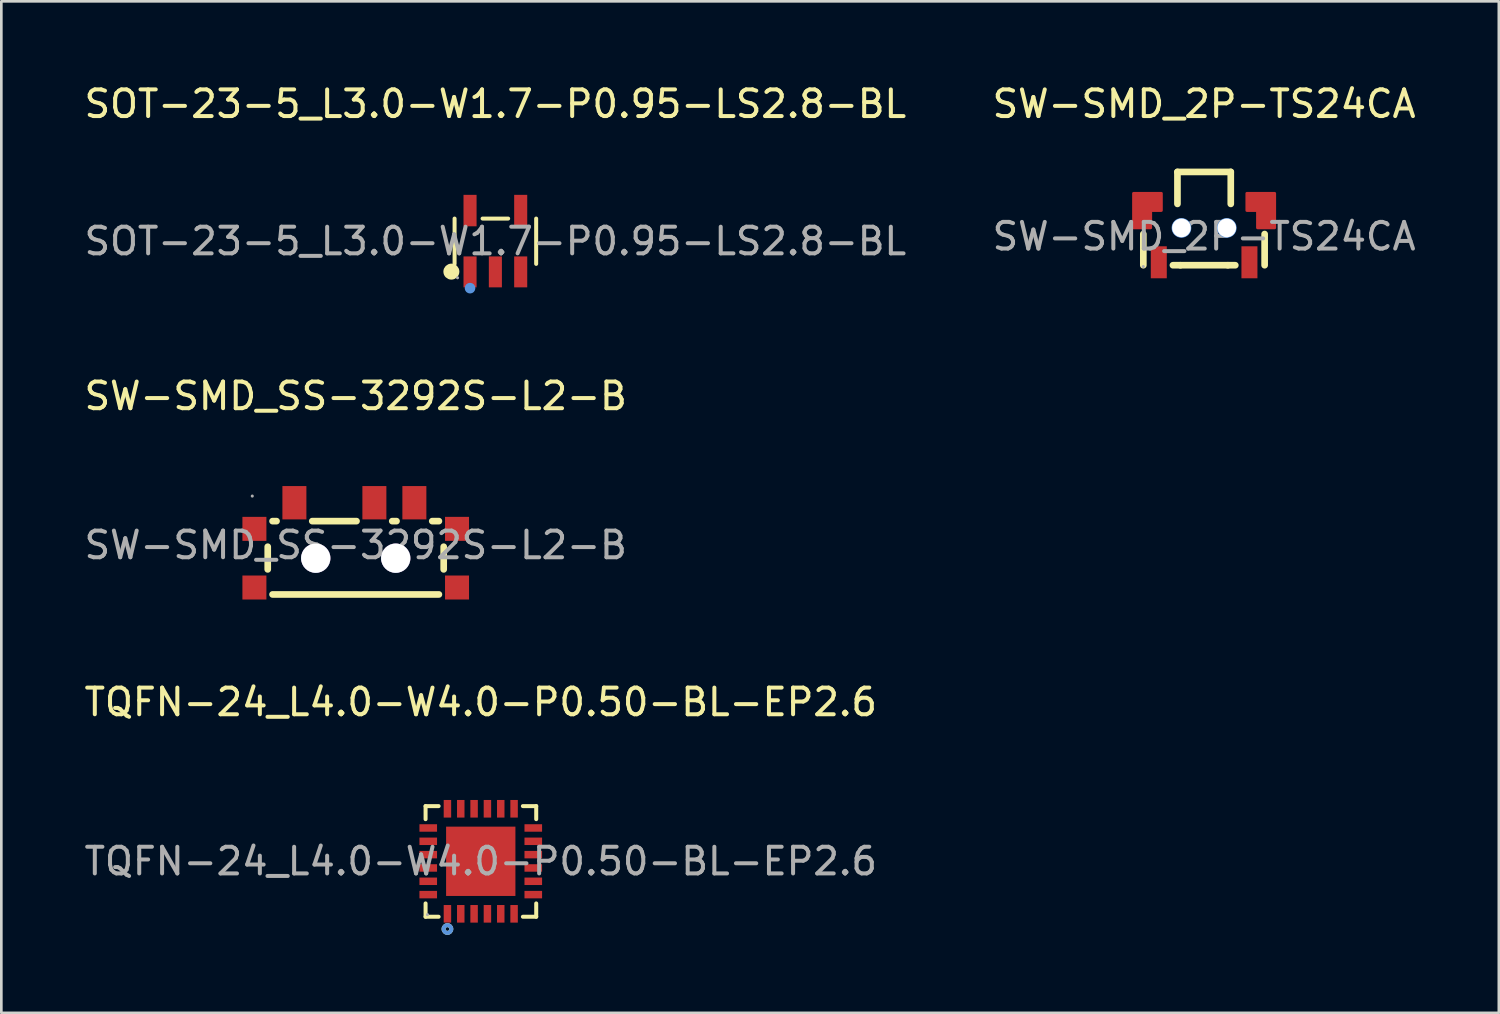
<source format=kicad_pcb>
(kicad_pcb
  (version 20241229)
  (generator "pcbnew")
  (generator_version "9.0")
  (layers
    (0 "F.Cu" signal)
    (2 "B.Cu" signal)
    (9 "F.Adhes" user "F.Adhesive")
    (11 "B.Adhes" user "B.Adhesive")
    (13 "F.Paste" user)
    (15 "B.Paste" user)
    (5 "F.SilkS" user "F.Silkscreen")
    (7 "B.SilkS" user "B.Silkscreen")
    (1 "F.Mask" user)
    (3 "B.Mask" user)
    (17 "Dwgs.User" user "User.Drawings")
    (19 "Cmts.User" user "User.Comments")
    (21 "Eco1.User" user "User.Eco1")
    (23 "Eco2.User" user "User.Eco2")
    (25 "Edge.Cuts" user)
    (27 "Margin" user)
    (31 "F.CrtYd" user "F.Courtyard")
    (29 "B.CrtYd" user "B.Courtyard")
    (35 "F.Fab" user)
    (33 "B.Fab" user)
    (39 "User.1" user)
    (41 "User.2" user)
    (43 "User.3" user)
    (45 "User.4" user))
  (footprint "SW-SMD_SS-3292S-L2-B"
    (layer "F.Cu")
    (at 10.292 17.396)
    (property "Reference" "SW-SMD_SS-3292S-L2-B" (at 0 -5.59 0) (layer "F.SilkS") (effects (font (size 1 1) (thickness 0.15))))
    (attr smd)
    (fp_line (start -3.3 0.06) (end -3.3 0.91) (stroke (width 0.25) (type solid)) (layer "F.SilkS"))
    (fp_line (start -3.12 1.85) (end 3.12 1.85) (stroke (width 0.25) (type solid)) (layer "F.SilkS"))
    (fp_line (start -2.97 -0.9) (end -3.12 -0.9) (stroke (width 0.25) (type solid)) (layer "F.SilkS"))
    (fp_line (start 0.03 -0.9) (end -1.63 -0.9) (stroke (width 0.25) (type solid)) (layer "F.SilkS"))
    (fp_line (start 1.53 -0.9) (end 1.37 -0.9) (stroke (width 0.25) (type solid)) (layer "F.SilkS"))
    (fp_line (start 3.12 -0.9) (end 2.87 -0.9) (stroke (width 0.25) (type solid)) (layer "F.SilkS"))
    (fp_line (start 3.3 0.91) (end 3.3 0.06) (stroke (width 0.25) (type solid)) (layer "F.SilkS"))
    (fp_circle (center -3.88 -1.84) (end -3.85 -1.84) (stroke (width 0.06) (type solid)) (fill no) (layer "F.Fab"))
    (fp_circle (center -1.5 0.49) (end -1.31 0.49) (stroke (width 0.38) (type solid)) (fill no) (layer "F.Fab"))
    (fp_circle (center 1.5 0.49) (end 1.69 0.49) (stroke (width 0.38) (type solid)) (fill no) (layer "F.Fab"))
    (fp_text user "${REFERENCE}" (at 0 0 0) (layer "F.Fab") (effects (font (size 1 1) (thickness 0.15))))
    (pad "" thru_hole circle (at -1.5 0.49) (size 1.1 1.1) (drill 1.1) (layers "*.Cu" "*.Mask"))
    (pad "" thru_hole circle (at 1.5 0.49) (size 1.1 1.1) (drill 1.1) (layers "*.Cu" "*.Mask"))
    (pad "1" smd rect (at -2.3 -1.59 180) (size 0.9 1.25) (layers "F.Cu" "F.Mask" "F.Paste"))
    (pad "2" smd rect (at 0.7 -1.59 180) (size 0.9 1.25) (layers "F.Cu" "F.Mask" "F.Paste"))
    (pad "3" smd rect (at 2.2 -1.59 180) (size 0.9 1.25) (layers "F.Cu" "F.Mask" "F.Paste"))
    (pad "EH" smd rect (at -3.8 -0.61 180) (size 0.9 0.9) (layers "F.Cu" "F.Mask" "F.Paste"))
    (pad "EH" smd rect (at -3.8 1.59 180) (size 0.9 0.9) (layers "F.Cu" "F.Mask" "F.Paste"))
    (pad "EH" smd rect (at 3.8 -0.61 180) (size 0.9 0.9) (layers "F.Cu" "F.Mask" "F.Paste"))
    (pad "EH" smd rect (at 3.8 1.59 180) (size 0.9 0.9) (layers "F.Cu" "F.Mask" "F.Paste")))
  (footprint "TQFN-24_L4.0-W4.0-P0.50-BL-EP2.6"
    (layer "F.Cu")
    (at 14.982 29.255)
    (property "Reference" "TQFN-24_L4.0-W4.0-P0.50-BL-EP2.6" (at 0 -5.97 0) (layer "F.SilkS") (effects (font (size 1 1) (thickness 0.15))))
    (attr smd)
    (fp_line (start -2.07 -2.07) (end -1.58 -2.07) (stroke (width 0.15) (type solid)) (layer "F.SilkS"))
    (fp_line (start -2.07 -1.58) (end -2.07 -2.07) (stroke (width 0.15) (type solid)) (layer "F.SilkS"))
    (fp_line (start -2.07 1.58) (end -2.07 2.08) (stroke (width 0.15) (type solid)) (layer "F.SilkS"))
    (fp_line (start -2.07 2.08) (end -1.58 2.08) (stroke (width 0.15) (type solid)) (layer "F.SilkS"))
    (fp_line (start 2.08 -2.07) (end 1.58 -2.07) (stroke (width 0.15) (type solid)) (layer "F.SilkS"))
    (fp_line (start 2.08 -1.58) (end 2.08 -2.07) (stroke (width 0.15) (type solid)) (layer "F.SilkS"))
    (fp_line (start 2.08 1.58) (end 2.08 2.08) (stroke (width 0.15) (type solid)) (layer "F.SilkS"))
    (fp_line (start 2.08 2.08) (end 1.58 2.08) (stroke (width 0.15) (type solid)) (layer "F.SilkS"))
    (fp_circle (center -1.25 2.54) (end -1.18 2.54) (stroke (width 0.15) (type solid)) (fill no) (layer "F.SilkS"))
    (fp_circle (center -1.25 2.54) (end -1.18 2.54) (stroke (width 0.15) (type solid)) (fill no) (layer "Cmts.User"))
    (fp_circle (center -2 2) (end -1.97 2) (stroke (width 0.06) (type solid)) (fill no) (layer "F.Fab"))
    (fp_text user "${REFERENCE}" (at 0 0 0) (layer "F.Fab") (effects (font (size 1 1) (thickness 0.15))))
    (pad "1" smd rect (at -1.25 1.97 90) (size 0.66 0.28) (layers "F.Cu" "F.Mask" "F.Paste"))
    (pad "2" smd rect (at -0.75 1.97 90) (size 0.66 0.28) (layers "F.Cu" "F.Mask" "F.Paste"))
    (pad "3" smd rect (at -0.25 1.97 90) (size 0.66 0.28) (layers "F.Cu" "F.Mask" "F.Paste"))
    (pad "4" smd rect (at 0.25 1.97 90) (size 0.66 0.28) (layers "F.Cu" "F.Mask" "F.Paste"))
    (pad "5" smd rect (at 0.75 1.97 90) (size 0.66 0.28) (layers "F.Cu" "F.Mask" "F.Paste"))
    (pad "6" smd rect (at 1.25 1.97 90) (size 0.66 0.28) (layers "F.Cu" "F.Mask" "F.Paste"))
    (pad "7" smd rect (at 1.97 1.25 90) (size 0.28 0.66) (layers "F.Cu" "F.Mask" "F.Paste"))
    (pad "8" smd rect (at 1.97 0.75 90) (size 0.28 0.66) (layers "F.Cu" "F.Mask" "F.Paste"))
    (pad "9" smd rect (at 1.97 0.25 90) (size 0.28 0.66) (layers "F.Cu" "F.Mask" "F.Paste"))
    (pad "10" smd rect (at 1.97 -0.25 90) (size 0.28 0.66) (layers "F.Cu" "F.Mask" "F.Paste"))
    (pad "11" smd rect (at 1.97 -0.75 90) (size 0.28 0.66) (layers "F.Cu" "F.Mask" "F.Paste"))
    (pad "12" smd rect (at 1.97 -1.25 90) (size 0.28 0.66) (layers "F.Cu" "F.Mask" "F.Paste"))
    (pad "13" smd rect (at 1.25 -1.97 90) (size 0.66 0.28) (layers "F.Cu" "F.Mask" "F.Paste"))
    (pad "14" smd rect (at 0.75 -1.97 90) (size 0.66 0.28) (layers "F.Cu" "F.Mask" "F.Paste"))
    (pad "15" smd rect (at 0.25 -1.97 90) (size 0.66 0.28) (layers "F.Cu" "F.Mask" "F.Paste"))
    (pad "16" smd rect (at -0.25 -1.97 90) (size 0.66 0.28) (layers "F.Cu" "F.Mask" "F.Paste"))
    (pad "17" smd rect (at -0.75 -1.97 90) (size 0.66 0.28) (layers "F.Cu" "F.Mask" "F.Paste"))
    (pad "18" smd rect (at -1.25 -1.97 90) (size 0.66 0.28) (layers "F.Cu" "F.Mask" "F.Paste"))
    (pad "19" smd rect (at -1.97 -1.25 90) (size 0.28 0.66) (layers "F.Cu" "F.Mask" "F.Paste"))
    (pad "20" smd rect (at -1.97 -0.75 90) (size 0.28 0.66) (layers "F.Cu" "F.Mask" "F.Paste"))
    (pad "21" smd rect (at -1.97 -0.25 90) (size 0.28 0.66) (layers "F.Cu" "F.Mask" "F.Paste"))
    (pad "22" smd rect (at -1.97 0.25 90) (size 0.28 0.66) (layers "F.Cu" "F.Mask" "F.Paste"))
    (pad "23" smd rect (at -1.97 0.75 90) (size 0.28 0.66) (layers "F.Cu" "F.Mask" "F.Paste"))
    (pad "24" smd rect (at -1.97 1.25 90) (size 0.28 0.66) (layers "F.Cu" "F.Mask" "F.Paste"))
    (pad "25" smd rect (at 0 0 90) (size 2.6 2.6) (layers "F.Cu" "F.Mask" "F.Paste")))
  (footprint "SOT-23-5_L3.0-W1.7-P0.95-LS2.8-BL"
    (layer "F.Cu")
    (at 15.53 5.998)
    (property "Reference" "SOT-23-5_L3.0-W1.7-P0.95-LS2.8-BL" (at 0 -5.15 0) (layer "F.SilkS") (effects (font (size 1 1) (thickness 0.15))))
    (attr smd)
    (fp_line (start -1.53 0.85) (end -1.53 -0.85) (stroke (width 0.15) (type solid)) (layer "F.SilkS"))
    (fp_line (start 0.48 -0.85) (end -0.48 -0.85) (stroke (width 0.15) (type solid)) (layer "F.SilkS"))
    (fp_line (start 1.53 0.85) (end 1.53 -0.85) (stroke (width 0.15) (type solid)) (layer "F.SilkS"))
    (fp_circle (center -1.65 1.14) (end -1.5 1.14) (stroke (width 0.3) (type solid)) (fill no) (layer "F.SilkS"))
    (fp_circle (center -0.95 1.76) (end -0.85 1.76) (stroke (width 0.2) (type solid)) (fill no) (layer "Cmts.User"))
    (fp_circle (center -1.42 1.37) (end -1.39 1.37) (stroke (width 0.06) (type solid)) (fill no) (layer "F.Fab"))
    (fp_text user "${REFERENCE}" (at 0 0 0) (layer "F.Fab") (effects (font (size 1 1) (thickness 0.15))))
    (pad "1" smd rect (at -0.95 1.15) (size 0.49 1.16) (layers "F.Cu" "F.Mask" "F.Paste"))
    (pad "2" smd rect (at 0 1.15) (size 0.49 1.16) (layers "F.Cu" "F.Mask" "F.Paste"))
    (pad "3" smd rect (at 0.95 1.15) (size 0.49 1.16) (layers "F.Cu" "F.Mask" "F.Paste"))
    (pad "4" smd rect (at 0.95 -1.15) (size 0.49 1.18) (layers "F.Cu" "F.Mask" "F.Paste"))
    (pad "5" smd rect (at -0.95 -1.15) (size 0.49 1.18) (layers "F.Cu" "F.Mask" "F.Paste")))
  (footprint "SW-SMD_2P-TS24CA"
    (layer "F.Cu")
    (at 42.113 5.818)
    (property "Reference" "SW-SMD_2P-TS24CA" (at 0 -4.97 0) (layer "F.SilkS") (effects (font (size 1 1) (thickness 0.15))))
    (attr smd)
    (fp_line (start -2.28 -0.09) (end -2.28 1.08) (stroke (width 0.25) (type solid)) (layer "F.SilkS"))
    (fp_line (start -1 -2.42) (end -1 -1.22) (stroke (width 0.25) (type solid)) (layer "F.SilkS"))
    (fp_line (start -1 -2.42) (end 1 -2.42) (stroke (width 0.25) (type solid)) (layer "F.SilkS"))
    (fp_line (start -0.89 1.08) (end -1.17 1.08) (stroke (width 0.25) (type solid)) (layer "F.SilkS"))
    (fp_line (start -0.89 1.08) (end 0.89 1.08) (stroke (width 0.25) (type solid)) (layer "F.SilkS"))
    (fp_line (start 0.89 1.08) (end 1.17 1.08) (stroke (width 0.25) (type solid)) (layer "F.SilkS"))
    (fp_line (start 1 -2.42) (end 1 -1.22) (stroke (width 0.25) (type solid)) (layer "F.SilkS"))
    (fp_line (start 2.27 -0.09) (end 2.27 1.08) (stroke (width 0.25) (type solid)) (layer "F.SilkS"))
    (fp_circle (center -0.85 -0.32) (end -0.73 -0.32) (stroke (width 0.25) (type solid)) (fill no) (layer "Cmts.User"))
    (fp_circle (center 0.85 -0.32) (end 0.97 -0.32) (stroke (width 0.25) (type solid)) (fill no) (layer "Cmts.User"))
    (fp_circle (center -2.28 1.13) (end -2.25 1.13) (stroke (width 0.06) (type solid)) (fill no) (layer "F.Fab"))
    (fp_text user "${REFERENCE}" (at 0 0 0) (layer "F.Fab") (effects (font (size 1 1) (thickness 0.15))))
    (pad "" thru_hole circle (at -0.85 -0.32) (size 0.7 0.7) (drill 0.7) (layers "*.Cu" "*.Mask"))
    (pad "" thru_hole circle (at 0.85 -0.32) (size 0.7 0.7) (drill 0.7) (layers "*.Cu" "*.Mask"))
    (pad "1" smd rect (at -1.7 0.97 180) (size 0.6 1.2) (layers "F.Cu" "F.Mask" "F.Paste"))
    (pad "2" smd rect (at 1.7 0.97 180) (size 0.6 1.2) (layers "F.Cu" "F.Mask" "F.Paste"))
    (pad "3" smd custom (at 2.12 -0.97) (size 0.01 0.01) (layers "F.Cu" "F.Mask" "F.Paste") (options (anchor circle)) (primitives (gr_poly (pts (xy 0.53 0.65) (xy 0.53 -0.65) (xy -0.52 -0.65) (xy -0.52 0) (xy -0.12 0) (xy -0.12 0.65) (xy 0.53 0.65)) (width 0.1) (fill yes))))
    (pad "4" smd custom (at -2.12 -0.97) (size 0.01 0.01) (layers "F.Cu" "F.Mask" "F.Paste") (options (anchor circle)) (primitives (gr_poly (pts (xy 0.52 0) (xy 0.52 -0.65) (xy -0.53 -0.65) (xy -0.53 0.65) (xy 0.12 0.65) (xy 0.12 0) (xy 0.52 0)) (width 0.1) (fill yes)))))
  (gr_rect
    (start -3 -3)
    (end 53.167 34.94)
    (stroke (width 0.1) (type default))
    (fill no)
    (layer "Edge.Cuts")))
</source>
